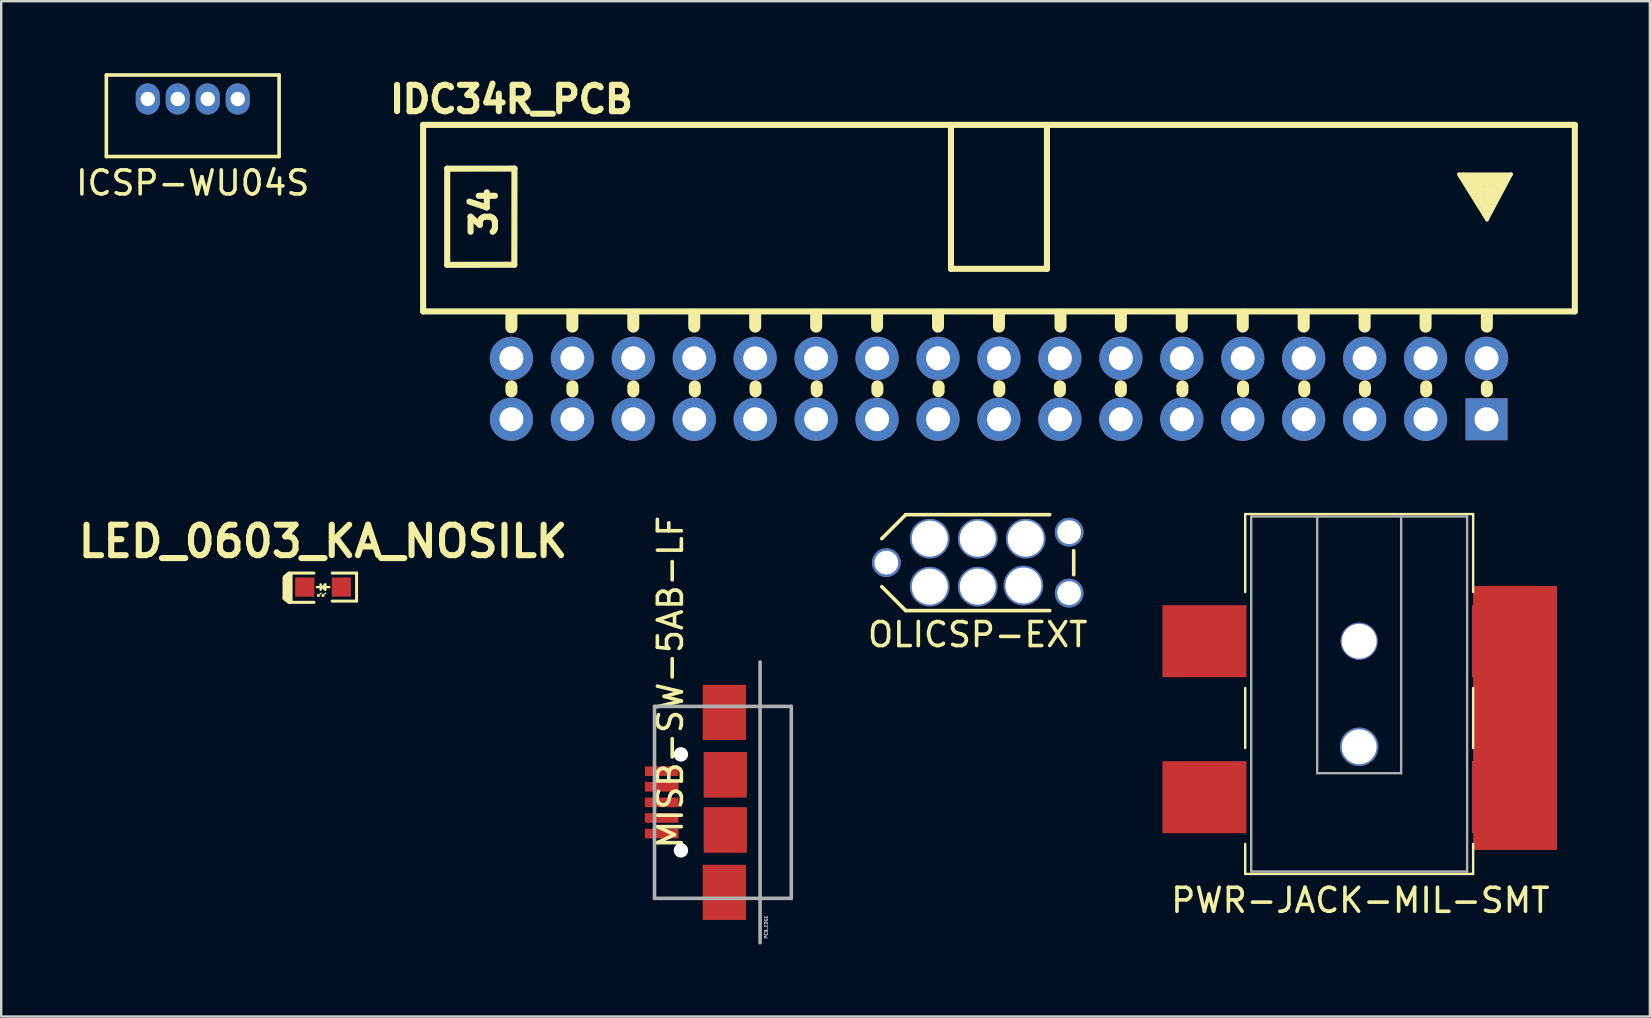
<source format=kicad_pcb>
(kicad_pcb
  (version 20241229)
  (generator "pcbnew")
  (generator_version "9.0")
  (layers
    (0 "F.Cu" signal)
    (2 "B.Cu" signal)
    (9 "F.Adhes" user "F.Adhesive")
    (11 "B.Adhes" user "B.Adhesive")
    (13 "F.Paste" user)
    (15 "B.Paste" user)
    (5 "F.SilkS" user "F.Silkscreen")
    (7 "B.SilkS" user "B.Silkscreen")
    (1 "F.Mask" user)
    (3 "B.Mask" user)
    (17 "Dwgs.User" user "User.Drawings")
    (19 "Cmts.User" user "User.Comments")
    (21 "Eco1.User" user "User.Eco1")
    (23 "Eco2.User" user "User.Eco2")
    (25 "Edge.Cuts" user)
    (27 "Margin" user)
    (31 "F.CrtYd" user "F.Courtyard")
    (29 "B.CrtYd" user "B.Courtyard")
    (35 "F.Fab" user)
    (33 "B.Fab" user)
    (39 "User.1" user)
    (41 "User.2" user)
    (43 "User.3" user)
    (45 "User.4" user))
  (footprint "MISB-SW-5AB-LF"
    (layer "F.Cu")
    (at 28.628 30.391)
    (property "Reference" "MISB-SW-5AB-LF" (at -3.736 -5.013 90) (layer "F.SilkS") (effects (font (size 1 1) (thickness 0.15))))
    (attr smd)
    (fp_line (start -4.4 -4) (end -4.4 4) (stroke (width 0.15) (type solid)) (layer "F.Fab"))
    (fp_line (start 0 -5.85) (end 0 5.85) (stroke (width 0.15) (type solid)) (layer "F.Fab"))
    (fp_line (start 1.3 -4) (end -4.4 -4) (stroke (width 0.15) (type solid)) (layer "F.Fab"))
    (fp_line (start 1.3 4) (end -4.4 4) (stroke (width 0.15) (type solid)) (layer "F.Fab"))
    (fp_line (start 1.3 4) (end 1.3 -4) (stroke (width 0.15) (type solid)) (layer "F.Fab"))
    (fp_text user "PCB_EDGE" (at 0.25 5.2 90) (layer "F.Fab") (effects (font (size 0.127 0.127) (thickness 0.032))))
    (pad "" np_thru_hole circle (at -3.3 -2) (size 0.6 0.6) (drill 0.6) (layers "*.Cu" "*.Mask"))
    (pad "" np_thru_hole circle (at -3.3 2) (size 0.6 0.6) (drill 0.6) (layers "*.Cu" "*.Mask"))
    (pad "1" smd rect (at -4.1 1.3) (size 1.4 0.4) (layers "F.Cu" "F.Mask" "F.Paste"))
    (pad "2" smd rect (at -4.1 0.65) (size 1.4 0.4) (layers "F.Cu" "F.Mask" "F.Paste"))
    (pad "3" smd rect (at -4.1 0) (size 1.4 0.4) (layers "F.Cu" "F.Mask" "F.Paste"))
    (pad "4" smd rect (at -4.1 -0.65) (size 1.4 0.4) (layers "F.Cu" "F.Mask" "F.Paste"))
    (pad "5" smd rect (at -4.1 -1.3) (size 1.4 0.4) (layers "F.Cu" "F.Mask" "F.Paste"))
    (pad "6" smd rect (at -1.49 -3.75) (size 1.8 2.3) (layers "F.Cu" "F.Mask" "F.Paste"))
    (pad "6" smd rect (at -1.49 3.75) (size 1.8 2.3) (layers "F.Cu" "F.Mask" "F.Paste"))
    (pad "6" smd rect (at -1.45 -1.15) (size 1.8 1.9) (layers "F.Cu" "F.Mask" "F.Paste"))
    (pad "6" smd rect (at -1.45 1.15) (size 1.8 1.9) (layers "F.Cu" "F.Mask" "F.Paste")))
  (footprint "ICSP-WU04S"
    (layer "F.Cu")
    (at 4.982 1.075)
    (property "Reference" "ICSP-WU04S" (at 0 3.5 0) (layer "F.SilkS") (effects (font (size 1 1) (thickness 0.15))))
    (attr smd)
    (fp_line (start -3.6 -1) (end 3.6 -1) (stroke (width 0.15) (type solid)) (layer "F.SilkS"))
    (fp_line (start -3.6 2.4) (end -3.6 -1) (stroke (width 0.15) (type solid)) (layer "F.SilkS"))
    (fp_line (start 3.6 -1) (end 3.6 2.4) (stroke (width 0.15) (type solid)) (layer "F.SilkS"))
    (fp_line (start 3.6 2.4) (end -3.6 2.4) (stroke (width 0.15) (type solid)) (layer "F.SilkS"))
    (pad "1" thru_hole oval (at -1.875 0) (size 1 1.3) (drill 0.6) (layers "*.Cu" "*.Mask"))
    (pad "2" thru_hole oval (at -0.625 0) (size 1 1.3) (drill 0.6) (layers "*.Cu" "*.Mask"))
    (pad "3" thru_hole oval (at 0.625 0) (size 1 1.3) (drill 0.6) (layers "*.Cu" "*.Mask"))
    (pad "4" thru_hole oval (at 1.875 0) (size 1 1.3) (drill 0.6) (layers "*.Cu" "*.Mask")))
  (footprint "PWR-JACK-MIL-SMT"
    (layer "F.Cu")
    (at 53.596 25.874)
    (property "Reference" "PWR-JACK-MIL-SMT" (at 0.05 8.6 0) (layer "F.SilkS") (effects (font (size 1 1) (thickness 0.15))))
    (attr through_hole)
    (fp_line (start -4.75 -7.5) (end -4.75 -4.25) (stroke (width 0.1) (type solid)) (layer "F.SilkS"))
    (fp_line (start -4.75 -0.25) (end -4.75 2.25) (stroke (width 0.1) (type solid)) (layer "F.SilkS"))
    (fp_line (start -4.75 7.5) (end -4.75 6.25) (stroke (width 0.1) (type solid)) (layer "F.SilkS"))
    (fp_line (start -4.5 -7.5) (end -4.75 -7.5) (stroke (width 0.1) (type solid)) (layer "F.SilkS"))
    (fp_line (start -4.5 -7.5) (end 4.75 -7.5) (stroke (width 0.1) (type solid)) (layer "F.SilkS"))
    (fp_line (start 4.75 -7.5) (end 4.75 -4.25) (stroke (width 0.1) (type solid)) (layer "F.SilkS"))
    (fp_line (start 4.75 -0.25) (end 4.75 2.25) (stroke (width 0.1) (type solid)) (layer "F.SilkS"))
    (fp_line (start 4.75 6.25) (end 4.75 7.5) (stroke (width 0.1) (type solid)) (layer "F.SilkS"))
    (fp_line (start 4.75 7.5) (end -4.75 7.5) (stroke (width 0.1) (type solid)) (layer "F.SilkS"))
    (fp_line (start -4.5 -7.4) (end -4.5 7.4) (stroke (width 0.1) (type solid)) (layer "F.Fab"))
    (fp_line (start -4.5 -7.4) (end 4.5 -7.4) (stroke (width 0.1) (type solid)) (layer "F.Fab"))
    (fp_line (start -4.5 7.4) (end 4.5 7.4) (stroke (width 0.1) (type solid)) (layer "F.Fab"))
    (fp_line (start -1.75 -7.4) (end -1.75 3.3) (stroke (width 0.1) (type solid)) (layer "F.Fab"))
    (fp_line (start -1.75 3.3) (end 1.75 3.3) (stroke (width 0.1) (type solid)) (layer "F.Fab"))
    (fp_line (start 1.75 3.3) (end 1.75 -7.4) (stroke (width 0.1) (type solid)) (layer "F.Fab"))
    (fp_line (start 4.5 7.4) (end 4.5 -7.4) (stroke (width 0.1) (type solid)) (layer "F.Fab"))
    (pad "" np_thru_hole circle (at 0 -2.2) (size 1.55 1.55) (drill 1.45) (layers "*.Cu" "*.Mask"))
    (pad "" np_thru_hole circle (at 0 2.2) (size 1.6 1.6) (drill 1.45) (layers "*.Cu" "*.Mask"))
    (pad "1" smd rect (at 6.45 -2.2) (size 3.5 3) (layers "F.Cu" "F.Mask" "F.Paste"))
    (pad "1" smd rect (at 6.45 4.3) (size 3.5 3) (layers "F.Cu" "F.Mask" "F.Paste"))
    (pad "1" smd rect (at 6.5 1) (size 3.5 11) (layers "F.Cu"))
    (pad "2" smd rect (at -6.45 -2.2) (size 3.5 3) (layers "F.Cu" "F.Mask" "F.Paste"))
    (pad "3" smd rect (at -6.45 4.3) (size 3.5 3) (layers "F.Cu" "F.Mask" "F.Paste")))
  (footprint "IDC34R_PCB"
    (layer "F.Cu")
    (at 38.584 13.154)
    (property "Reference" "IDC34R_PCB" (at -20.32 -12.065 0) (layer "F.SilkS") (effects (font (size 1.1 1.1) (thickness 0.254))))
    (attr smd)
    (fp_line (start -24 -11) (end 24 -11) (stroke (width 0.254) (type solid)) (layer "F.SilkS"))
    (fp_line (start -24 -3.226) (end -24 -11) (stroke (width 0.254) (type solid)) (layer "F.SilkS"))
    (fp_line (start -24 -3.226) (end 24 -3.226) (stroke (width 0.254) (type solid)) (layer "F.SilkS"))
    (fp_line (start -22.997 -9.174) (end -22.997 -5.169) (stroke (width 0.254) (type solid)) (layer "F.SilkS"))
    (fp_line (start -22.997 -5.166) (end -20.198 -5.171) (stroke (width 0.254) (type solid)) (layer "F.SilkS"))
    (fp_line (start -20.32 -3.061) (end -20.32 -2.565) (stroke (width 0.5) (type solid)) (layer "F.SilkS"))
    (fp_line (start -20.32 -0.102) (end -20.32 0.102) (stroke (width 0.5) (type solid)) (layer "F.SilkS"))
    (fp_line (start -20.198 -5.171) (end -20.193 -9.177) (stroke (width 0.254) (type solid)) (layer "F.SilkS"))
    (fp_line (start -20.193 -9.177) (end -22.997 -9.174) (stroke (width 0.254) (type solid)) (layer "F.SilkS"))
    (fp_line (start -17.78 -3.086) (end -17.78 -2.591) (stroke (width 0.5) (type solid)) (layer "F.SilkS"))
    (fp_line (start -17.78 -0.102) (end -17.78 0.102) (stroke (width 0.5) (type solid)) (layer "F.SilkS"))
    (fp_line (start -15.24 -3.086) (end -15.24 -2.591) (stroke (width 0.5) (type solid)) (layer "F.SilkS"))
    (fp_line (start -15.24 -0.102) (end -15.24 0.102) (stroke (width 0.5) (type solid)) (layer "F.SilkS"))
    (fp_line (start -12.7 -3.086) (end -12.7 -2.591) (stroke (width 0.5) (type solid)) (layer "F.SilkS"))
    (fp_line (start -12.675 -0.102) (end -12.675 0.102) (stroke (width 0.5) (type solid)) (layer "F.SilkS"))
    (fp_line (start -10.16 -3.086) (end -10.16 -2.591) (stroke (width 0.5) (type solid)) (layer "F.SilkS"))
    (fp_line (start -10.147 -0.102) (end -10.147 0.102) (stroke (width 0.5) (type solid)) (layer "F.SilkS"))
    (fp_line (start -7.62 -3.086) (end -7.62 -2.591) (stroke (width 0.5) (type solid)) (layer "F.SilkS"))
    (fp_line (start -7.595 -0.102) (end -7.595 0.102) (stroke (width 0.5) (type solid)) (layer "F.SilkS"))
    (fp_line (start -5.08 -3.086) (end -5.08 -2.591) (stroke (width 0.5) (type solid)) (layer "F.SilkS"))
    (fp_line (start -5.067 -0.102) (end -5.067 0.102) (stroke (width 0.5) (type solid)) (layer "F.SilkS"))
    (fp_line (start -2.54 -3.086) (end -2.54 -2.591) (stroke (width 0.5) (type solid)) (layer "F.SilkS"))
    (fp_line (start -2.515 -0.102) (end -2.515 0.102) (stroke (width 0.5) (type solid)) (layer "F.SilkS"))
    (fp_line (start -2 -5) (end -2 -11) (stroke (width 0.254) (type solid)) (layer "F.SilkS"))
    (fp_line (start 0 -3.086) (end 0 -2.591) (stroke (width 0.5) (type solid)) (layer "F.SilkS"))
    (fp_line (start 0.013 -0.102) (end 0.013 0.102) (stroke (width 0.5) (type solid)) (layer "F.SilkS"))
    (fp_line (start 2 -5) (end -2 -5) (stroke (width 0.254) (type solid)) (layer "F.SilkS"))
    (fp_line (start 2 -5) (end 2 -11) (stroke (width 0.254) (type solid)) (layer "F.SilkS"))
    (fp_line (start 2.54 -0.102) (end 2.54 0.102) (stroke (width 0.5) (type solid)) (layer "F.SilkS"))
    (fp_line (start 2.565 -3.086) (end 2.565 -2.591) (stroke (width 0.5) (type solid)) (layer "F.SilkS"))
    (fp_line (start 5.08 -3.086) (end 5.08 -2.591) (stroke (width 0.5) (type solid)) (layer "F.SilkS"))
    (fp_line (start 5.08 -0.102) (end 5.08 0.102) (stroke (width 0.5) (type solid)) (layer "F.SilkS"))
    (fp_line (start 7.62 -3.086) (end 7.62 -2.591) (stroke (width 0.5) (type solid)) (layer "F.SilkS"))
    (fp_line (start 7.645 -0.102) (end 7.645 0.102) (stroke (width 0.5) (type solid)) (layer "F.SilkS"))
    (fp_line (start 10.16 -3.086) (end 10.16 -2.591) (stroke (width 0.5) (type solid)) (layer "F.SilkS"))
    (fp_line (start 10.173 -0.102) (end 10.173 0.102) (stroke (width 0.5) (type solid)) (layer "F.SilkS"))
    (fp_line (start 12.7 -3.086) (end 12.7 -2.591) (stroke (width 0.5) (type solid)) (layer "F.SilkS"))
    (fp_line (start 12.725 -0.102) (end 12.725 0.102) (stroke (width 0.5) (type solid)) (layer "F.SilkS"))
    (fp_line (start 15.24 -3.086) (end 15.24 -2.591) (stroke (width 0.5) (type solid)) (layer "F.SilkS"))
    (fp_line (start 15.253 -0.102) (end 15.253 0.102) (stroke (width 0.5) (type solid)) (layer "F.SilkS"))
    (fp_line (start 17.78 -3.086) (end 17.78 -2.591) (stroke (width 0.5) (type solid)) (layer "F.SilkS"))
    (fp_line (start 17.805 -0.102) (end 17.805 0.102) (stroke (width 0.5) (type solid)) (layer "F.SilkS"))
    (fp_line (start 19.21 -8.865) (end 19.164 -8.941) (stroke (width 0.15) (type solid)) (layer "F.SilkS"))
    (fp_line (start 19.347 -8.941) (end 21.344 -8.941) (stroke (width 0.15) (type solid)) (layer "F.SilkS"))
    (fp_line (start 19.362 -8.857) (end 20.338 -7.31) (stroke (width 0.15) (type solid)) (layer "F.SilkS"))
    (fp_line (start 19.383 -8.936) (end 19.19 -8.941) (stroke (width 0.15) (type solid)) (layer "F.SilkS"))
    (fp_line (start 19.492 -8.865) (end 20.323 -7.523) (stroke (width 0.15) (type solid)) (layer "F.SilkS"))
    (fp_line (start 19.622 -8.766) (end 20.323 -7.737) (stroke (width 0.15) (type solid)) (layer "F.SilkS"))
    (fp_line (start 19.835 -8.659) (end 20.361 -7.912) (stroke (width 0.15) (type solid)) (layer "F.SilkS"))
    (fp_line (start 20.063 -8.567) (end 20.353 -8.125) (stroke (width 0.15) (type solid)) (layer "F.SilkS"))
    (fp_line (start 20.081 -8.445) (end 19.759 -8.71) (stroke (width 0.15) (type solid)) (layer "F.SilkS"))
    (fp_line (start 20.216 -8.529) (end 20.391 -8.423) (stroke (width 0.15) (type solid)) (layer "F.SilkS"))
    (fp_line (start 20.284 -8.354) (end 20.292 -8.346) (stroke (width 0.15) (type solid)) (layer "F.SilkS"))
    (fp_line (start 20.323 -7.737) (end 20.864 -8.712) (stroke (width 0.15) (type solid)) (layer "F.SilkS"))
    (fp_line (start 20.323 -7.523) (end 20.993 -8.781) (stroke (width 0.15) (type solid)) (layer "F.SilkS"))
    (fp_line (start 20.333 -3.086) (end 20.333 -2.591) (stroke (width 0.5) (type solid)) (layer "F.SilkS"))
    (fp_line (start 20.333 -0.102) (end 20.333 0.102) (stroke (width 0.5) (type solid)) (layer "F.SilkS"))
    (fp_line (start 20.338 -7.31) (end 21.153 -8.857) (stroke (width 0.15) (type solid)) (layer "F.SilkS"))
    (fp_line (start 20.338 -7.051) (end 19.21 -8.865) (stroke (width 0.15) (type solid)) (layer "F.SilkS"))
    (fp_line (start 20.353 -8.125) (end 20.498 -8.575) (stroke (width 0.15) (type solid)) (layer "F.SilkS"))
    (fp_line (start 20.361 -7.912) (end 20.65 -8.651) (stroke (width 0.15) (type solid)) (layer "F.SilkS"))
    (fp_line (start 20.391 -8.423) (end 20.284 -8.354) (stroke (width 0.15) (type solid)) (layer "F.SilkS"))
    (fp_line (start 20.399 -7.501) (end 20.338 -7.203) (stroke (width 0.15) (type solid)) (layer "F.SilkS"))
    (fp_line (start 20.498 -8.575) (end 20.216 -8.529) (stroke (width 0.15) (type solid)) (layer "F.SilkS"))
    (fp_line (start 20.65 -8.651) (end 20.063 -8.567) (stroke (width 0.15) (type solid)) (layer "F.SilkS"))
    (fp_line (start 20.795 -8.763) (end 20.688 -8.567) (stroke (width 0.15) (type solid)) (layer "F.SilkS"))
    (fp_line (start 20.864 -8.712) (end 19.835 -8.659) (stroke (width 0.15) (type solid)) (layer "F.SilkS"))
    (fp_line (start 20.993 -8.781) (end 19.622 -8.766) (stroke (width 0.15) (type solid)) (layer "F.SilkS"))
    (fp_line (start 21.153 -8.857) (end 19.492 -8.865) (stroke (width 0.15) (type solid)) (layer "F.SilkS"))
    (fp_line (start 21.344 -8.941) (end 20.338 -7.051) (stroke (width 0.15) (type solid)) (layer "F.SilkS"))
    (fp_line (start 24 -3.226) (end 24 -11) (stroke (width 0.254) (type solid)) (layer "F.SilkS"))
    (fp_text user "34" (at -21.463 -7.366 90) (layer "F.SilkS") (effects (font (size 1.016 1.016) (thickness 0.254))))
    (pad "1" thru_hole rect (at 20.32 1.27 180) (size 1.75 1.75) (drill 1) (layers "*.Cu" "*.Mask"))
    (pad "2" thru_hole circle (at 20.32 -1.27 180) (size 1.8 1.8) (drill 1) (layers "*.Cu" "*.Mask"))
    (pad "3" thru_hole circle (at 17.78 1.27 180) (size 1.8 1.8) (drill 1) (layers "*.Cu" "*.Mask"))
    (pad "4" thru_hole circle (at 17.78 -1.27 180) (size 1.8 1.8) (drill 1) (layers "*.Cu" "*.Mask"))
    (pad "5" thru_hole circle (at 15.24 1.27 180) (size 1.8 1.8) (drill 1) (layers "*.Cu" "*.Mask"))
    (pad "6" thru_hole circle (at 15.24 -1.27 180) (size 1.8 1.8) (drill 1) (layers "*.Cu" "*.Mask"))
    (pad "7" thru_hole circle (at 12.7 1.27 180) (size 1.8 1.8) (drill 1) (layers "*.Cu" "*.Mask"))
    (pad "8" thru_hole circle (at 12.7 -1.27 180) (size 1.8 1.8) (drill 1) (layers "*.Cu" "*.Mask"))
    (pad "9" thru_hole circle (at 10.16 1.27 180) (size 1.8 1.8) (drill 1) (layers "*.Cu" "*.Mask"))
    (pad "10" thru_hole circle (at 10.16 -1.27 180) (size 1.8 1.8) (drill 1) (layers "*.Cu" "*.Mask"))
    (pad "11" thru_hole circle (at 7.62 1.27 180) (size 1.8 1.8) (drill 1) (layers "*.Cu" "*.Mask"))
    (pad "12" thru_hole circle (at 7.62 -1.27 180) (size 1.8 1.8) (drill 1) (layers "*.Cu" "*.Mask"))
    (pad "13" thru_hole circle (at 5.08 1.27 180) (size 1.8 1.8) (drill 1) (layers "*.Cu" "*.Mask"))
    (pad "14" thru_hole circle (at 5.08 -1.27 180) (size 1.8 1.8) (drill 1) (layers "*.Cu" "*.Mask"))
    (pad "15" thru_hole circle (at 2.54 1.27 180) (size 1.8 1.8) (drill 1) (layers "*.Cu" "*.Mask"))
    (pad "16" thru_hole circle (at 2.54 -1.27 180) (size 1.8 1.8) (drill 1) (layers "*.Cu" "*.Mask"))
    (pad "17" thru_hole circle (at 0 1.27 180) (size 1.8 1.8) (drill 1) (layers "*.Cu" "*.Mask"))
    (pad "18" thru_hole circle (at 0 -1.27 180) (size 1.8 1.8) (drill 1) (layers "*.Cu" "*.Mask"))
    (pad "19" thru_hole circle (at -2.54 1.27 180) (size 1.8 1.8) (drill 1) (layers "*.Cu" "*.Mask"))
    (pad "20" thru_hole circle (at -2.54 -1.27 180) (size 1.8 1.8) (drill 1) (layers "*.Cu" "*.Mask"))
    (pad "21" thru_hole circle (at -5.08 1.27 180) (size 1.8 1.8) (drill 1) (layers "*.Cu" "*.Mask"))
    (pad "22" thru_hole circle (at -5.08 -1.27 180) (size 1.8 1.8) (drill 1) (layers "*.Cu" "*.Mask"))
    (pad "23" thru_hole circle (at -7.62 1.27 180) (size 1.8 1.8) (drill 1) (layers "*.Cu" "*.Mask"))
    (pad "24" thru_hole circle (at -7.62 -1.27 180) (size 1.8 1.8) (drill 1) (layers "*.Cu" "*.Mask"))
    (pad "25" thru_hole circle (at -10.16 1.27 180) (size 1.8 1.8) (drill 1) (layers "*.Cu" "*.Mask"))
    (pad "26" thru_hole circle (at -10.16 -1.27 180) (size 1.8 1.8) (drill 1) (layers "*.Cu" "*.Mask"))
    (pad "27" thru_hole circle (at -12.7 1.27 180) (size 1.8 1.8) (drill 1) (layers "*.Cu" "*.Mask"))
    (pad "28" thru_hole circle (at -12.7 -1.27 180) (size 1.8 1.8) (drill 1) (layers "*.Cu" "*.Mask"))
    (pad "29" thru_hole circle (at -15.24 1.27 180) (size 1.8 1.8) (drill 1) (layers "*.Cu" "*.Mask"))
    (pad "30" thru_hole circle (at -15.24 -1.27 180) (size 1.8 1.8) (drill 1) (layers "*.Cu" "*.Mask"))
    (pad "31" thru_hole circle (at -17.78 1.27 180) (size 1.8 1.8) (drill 1) (layers "*.Cu" "*.Mask"))
    (pad "32" thru_hole circle (at -17.78 -1.27 180) (size 1.8 1.8) (drill 1) (layers "*.Cu" "*.Mask"))
    (pad "33" thru_hole circle (at -20.32 1.27 180) (size 1.8 1.8) (drill 1) (layers "*.Cu" "*.Mask"))
    (pad "34" thru_hole circle (at -20.32 -1.27 180) (size 1.8 1.8) (drill 1) (layers "*.Cu" "*.Mask")))
  (footprint "LED_0603_KA_NOSILK"
    (layer "F.Cu")
    (at 10.414 21.418)
    (property "Reference" "LED_0603_KA_NOSILK" (at 0 -1.905 0) (layer "F.SilkS") (effects (font (size 1.27 1.27) (thickness 0.254))))
    (attr smd)
    (fp_line (start -1.562 0.445) (end -1.562 -0.381) (stroke (width 0.254) (type solid)) (layer "F.SilkS"))
    (fp_line (start -1.41 -0.521) (end -1.549 -0.394) (stroke (width 0.254) (type solid)) (layer "F.SilkS"))
    (fp_line (start -1.41 0.572) (end -1.562 0.445) (stroke (width 0.254) (type solid)) (layer "F.SilkS"))
    (fp_line (start -1.397 -0.584) (end -0.381 -0.584) (stroke (width 0.127) (type solid)) (layer "F.SilkS"))
    (fp_line (start -1.397 -0.483) (end -1.397 0.559) (stroke (width 0.254) (type solid)) (layer "F.SilkS"))
    (fp_line (start -0.381 0.635) (end -1.397 0.635) (stroke (width 0.127) (type solid)) (layer "F.SilkS"))
    (fp_line (start -0.22 0.38) (end -0.22 0.3) (stroke (width 0.05) (type solid)) (layer "F.SilkS"))
    (fp_line (start -0.22 0.38) (end -0.14 0.37) (stroke (width 0.05) (type solid)) (layer "F.SilkS"))
    (fp_line (start -0.1 0.11) (end -0.1 -0.11) (stroke (width 0.1) (type solid)) (layer "F.SilkS"))
    (fp_line (start -0.08 0.25) (end -0.21 0.36) (stroke (width 0.05) (type solid)) (layer "F.SilkS"))
    (fp_line (start -0.03 0.38) (end -0.03 0.3) (stroke (width 0.05) (type solid)) (layer "F.SilkS"))
    (fp_line (start -0.03 0.38) (end 0.05 0.37) (stroke (width 0.05) (type solid)) (layer "F.SilkS"))
    (fp_line (start 0.09 -0.11) (end -0.01 -0.01) (stroke (width 0.1) (type solid)) (layer "F.SilkS"))
    (fp_line (start 0.09 0.11) (end -0.02 0.01) (stroke (width 0.1) (type solid)) (layer "F.SilkS"))
    (fp_line (start 0.09 0.11) (end 0.09 -0.11) (stroke (width 0.1) (type solid)) (layer "F.SilkS"))
    (fp_line (start 0.11 0.25) (end -0.02 0.36) (stroke (width 0.05) (type solid)) (layer "F.SilkS"))
    (fp_line (start 0.26 0) (end -0.26 0) (stroke (width 0.1) (type solid)) (layer "F.SilkS"))
    (fp_line (start 1.397 -0.584) (end 0.381 -0.584) (stroke (width 0.127) (type solid)) (layer "F.SilkS"))
    (fp_line (start 1.397 0.584) (end 0.381 0.584) (stroke (width 0.127) (type solid)) (layer "F.SilkS"))
    (fp_line (start 1.397 0.584) (end 1.397 -0.584) (stroke (width 0.127) (type solid)) (layer "F.SilkS"))
    (pad "1" smd rect (at -0.762 0 180) (size 0.8 0.8) (layers "F.Cu" "F.Mask" "F.Paste"))
    (pad "2" smd rect (at 0.762 0 180) (size 0.8 0.8) (layers "F.Cu" "F.Mask" "F.Paste")))
  (footprint "OLICSP-EXT"
    (layer "F.Cu")
    (at 37.699 20.399)
    (property "Reference" "OLICSP-EXT" (at 0 3 0) (layer "F.SilkS") (effects (font (size 1 1) (thickness 0.15))))
    (attr smd)
    (fp_line (start -4 1) (end -3 2) (stroke (width 0.15) (type solid)) (layer "F.SilkS"))
    (fp_line (start -3 -2) (end -4 -1) (stroke (width 0.15) (type solid)) (layer "F.SilkS"))
    (fp_line (start -3 2) (end 3 2) (stroke (width 0.15) (type solid)) (layer "F.SilkS"))
    (fp_line (start 3 -2) (end -3 -2) (stroke (width 0.15) (type solid)) (layer "F.SilkS"))
    (fp_line (start 4 -0.5) (end 4 0.5) (stroke (width 0.15) (type solid)) (layer "F.SilkS"))
    (pad "" thru_hole circle (at -3.81 0) (size 1.2 1.2) (drill 0.991) (layers "*.Cu" "*.Mask"))
    (pad "" thru_hole circle (at 3.81 -1.27) (size 1.2 1.2) (drill 0.991) (layers "*.Cu" "*.Mask"))
    (pad "" thru_hole circle (at 3.81 1.27) (size 1.2 1.2) (drill 0.991) (layers "*.Cu" "*.Mask"))
    (pad "1" thru_hole circle (at -2 1) (size 1.65 1.65) (drill 1.5) (layers "*.Cu" "*.Mask"))
    (pad "2" thru_hole circle (at -2 -1) (size 1.65 1.65) (drill 1.5) (layers "*.Cu" "*.Mask"))
    (pad "3" thru_hole circle (at 0 1) (size 1.65 1.65) (drill 1.5) (layers "*.Cu" "*.Mask"))
    (pad "4" thru_hole circle (at 0 -1) (size 1.65 1.65) (drill 1.5) (layers "*.Cu" "*.Mask"))
    (pad "5" thru_hole circle (at 1.905 0.953) (size 1.65 1.65) (drill 1.5) (layers "*.Cu" "*.Mask"))
    (pad "6" thru_hole circle (at 2 -1) (size 1.65 1.65) (drill 1.5) (layers "*.Cu" "*.Mask")))
  (gr_rect
    (start -3 -3)
    (end 65.711 39.316)
    (stroke (width 0.1) (type default))
    (fill no)
    (layer "Edge.Cuts")))
</source>
